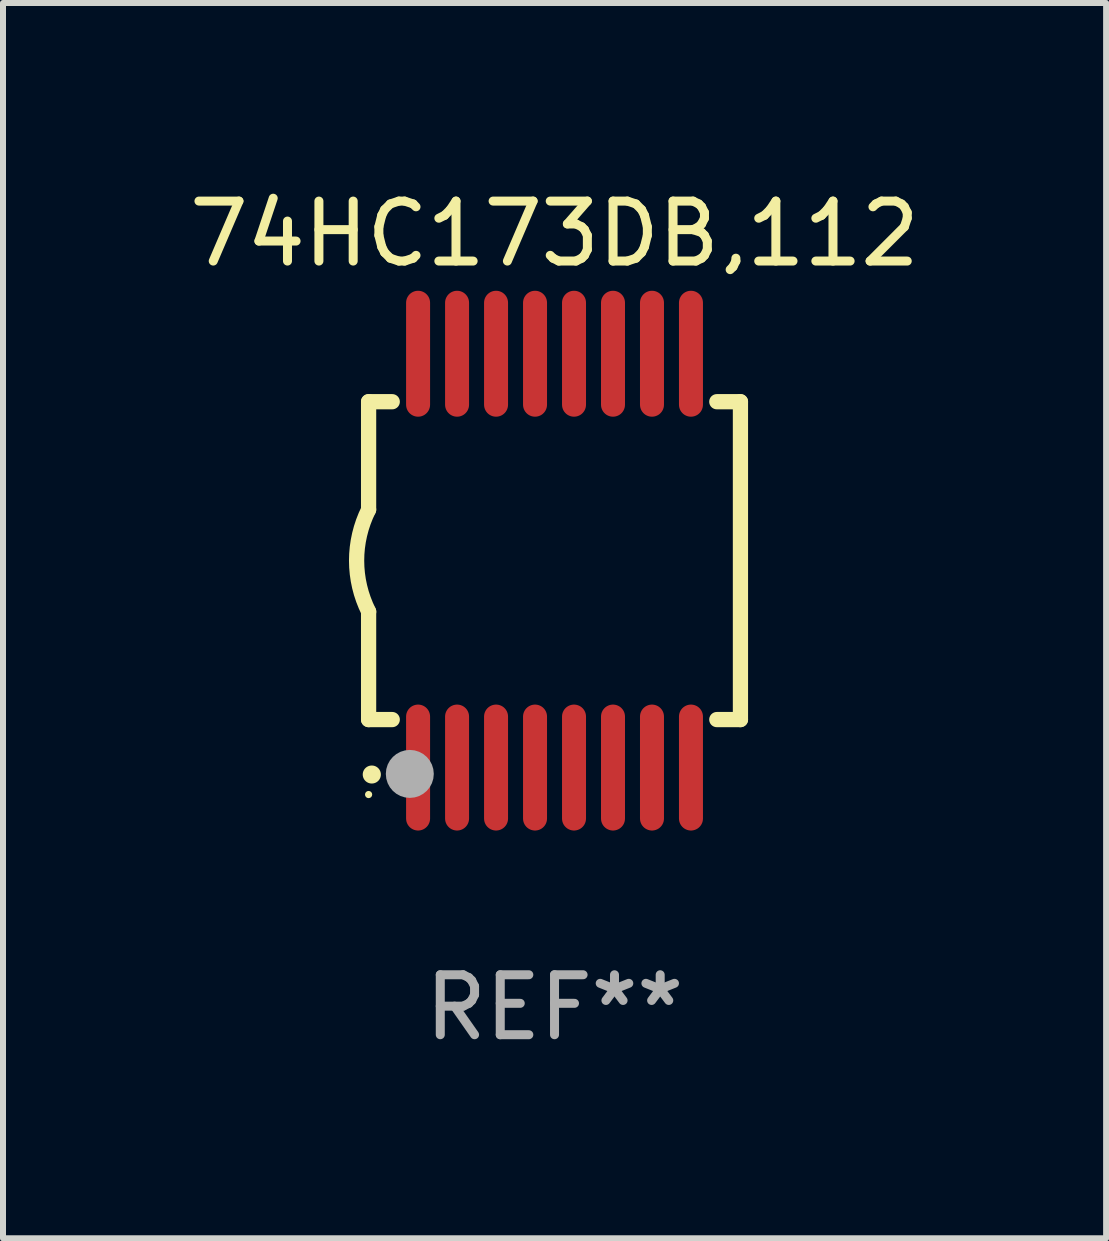
<source format=kicad_pcb>
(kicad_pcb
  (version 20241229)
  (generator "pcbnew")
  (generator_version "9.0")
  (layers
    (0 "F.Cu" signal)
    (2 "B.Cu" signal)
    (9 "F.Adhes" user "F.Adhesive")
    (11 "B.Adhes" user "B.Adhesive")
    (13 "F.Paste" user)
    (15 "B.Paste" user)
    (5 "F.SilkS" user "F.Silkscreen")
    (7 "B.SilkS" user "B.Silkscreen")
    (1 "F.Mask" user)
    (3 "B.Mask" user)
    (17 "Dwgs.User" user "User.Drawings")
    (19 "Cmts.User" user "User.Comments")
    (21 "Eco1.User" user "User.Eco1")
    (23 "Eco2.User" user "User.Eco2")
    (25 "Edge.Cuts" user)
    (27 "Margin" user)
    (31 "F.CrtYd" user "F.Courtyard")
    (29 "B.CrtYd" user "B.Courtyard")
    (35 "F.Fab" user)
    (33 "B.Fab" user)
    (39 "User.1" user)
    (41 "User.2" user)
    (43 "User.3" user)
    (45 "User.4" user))
  (footprint "74HC173DB,112"
    (layer "F.Cu")
    (at 6.196 6.298)
    (property "Reference" "74HC173DB,112" (at 0 -5.45 0) (layer "F.SilkS") (effects (font (size 1 1) (thickness 0.15))))
    (attr through_hole)
    (fp_line (start -3.1 -2.65) (end -3.1 -0.85) (stroke (width 0.254) (type solid)) (layer "F.SilkS"))
    (fp_line (start -3.1 -2.65) (end -2.706 -2.65) (stroke (width 0.254) (type solid)) (layer "F.SilkS"))
    (fp_line (start -3.1 2.65) (end -3.1 0.85) (stroke (width 0.254) (type solid)) (layer "F.SilkS"))
    (fp_line (start -3.1 2.65) (end -2.706 2.65) (stroke (width 0.254) (type solid)) (layer "F.SilkS"))
    (fp_line (start 2.706 -2.65) (end 3.1 -2.65) (stroke (width 0.254) (type solid)) (layer "F.SilkS"))
    (fp_line (start 2.706 2.65) (end 3.1 2.65) (stroke (width 0.254) (type solid)) (layer "F.SilkS"))
    (fp_line (start 3.1 -2.65) (end 3.1 2.65) (stroke (width 0.254) (type solid)) (layer "F.SilkS"))
    (fp_arc (start -3.098907 0.850902) (mid -3.300057 0.000523) (end -3.1 -0.850114) (stroke (width 0.254001) (type solid)) (layer "F.SilkS"))
    (fp_arc (start -3.048006 3.566066) (mid -3.046736 3.566061) (end -3.045466 3.566066) (stroke (width 0.3) (type solid)) (layer "F.SilkS"))
    (fp_circle (center -3.1 3.9) (end -3.07 3.9) (stroke (width 0.06) (type solid)) (fill no) (layer "F.SilkS"))
    (fp_circle (center -2.413 3.556) (end -2.213 3.556) (stroke (width 0.4) (type solid)) (fill no) (layer "F.Fab"))
    (fp_text user "REF**" (at 0 7.45 0) (layer "F.Fab") (effects (font (size 1 1) (thickness 0.15))))
    (pad "1" smd oval (at -2.275 3.45 180) (size 0.4 2.1) (layers "F.Cu" "F.Mask" "F.Paste"))
    (pad "2" smd oval (at -1.625 3.45 180) (size 0.4 2.1) (layers "F.Cu" "F.Mask" "F.Paste"))
    (pad "3" smd oval (at -0.975 3.45 180) (size 0.4 2.1) (layers "F.Cu" "F.Mask" "F.Paste"))
    (pad "4" smd oval (at -0.325 3.45 180) (size 0.4 2.1) (layers "F.Cu" "F.Mask" "F.Paste"))
    (pad "5" smd oval (at 0.325 3.45 180) (size 0.4 2.1) (layers "F.Cu" "F.Mask" "F.Paste"))
    (pad "6" smd oval (at 0.975 3.45 180) (size 0.4 2.1) (layers "F.Cu" "F.Mask" "F.Paste"))
    (pad "7" smd oval (at 1.625 3.45 180) (size 0.4 2.1) (layers "F.Cu" "F.Mask" "F.Paste"))
    (pad "8" smd oval (at 2.275 3.45 180) (size 0.4 2.1) (layers "F.Cu" "F.Mask" "F.Paste"))
    (pad "9" smd oval (at 2.275 -3.45 180) (size 0.4 2.1) (layers "F.Cu" "F.Mask" "F.Paste"))
    (pad "10" smd oval (at 1.625 -3.45 180) (size 0.4 2.1) (layers "F.Cu" "F.Mask" "F.Paste"))
    (pad "11" smd oval (at 0.975 -3.45 180) (size 0.4 2.1) (layers "F.Cu" "F.Mask" "F.Paste"))
    (pad "12" smd oval (at 0.325 -3.45 180) (size 0.4 2.1) (layers "F.Cu" "F.Mask" "F.Paste"))
    (pad "13" smd oval (at -0.325 -3.45 180) (size 0.4 2.1) (layers "F.Cu" "F.Mask" "F.Paste"))
    (pad "14" smd oval (at -0.975 -3.45 180) (size 0.4 2.1) (layers "F.Cu" "F.Mask" "F.Paste"))
    (pad "15" smd oval (at -1.625 -3.45 180) (size 0.4 2.1) (layers "F.Cu" "F.Mask" "F.Paste"))
    (pad "16" smd oval (at -2.275 -3.45 180) (size 0.4 2.1) (layers "F.Cu" "F.Mask" "F.Paste")))
  (gr_rect
    (start -3 -3)
    (end 15.393 17.597)
    (stroke (width 0.1) (type default))
    (fill no)
    (layer "Edge.Cuts")))
</source>
